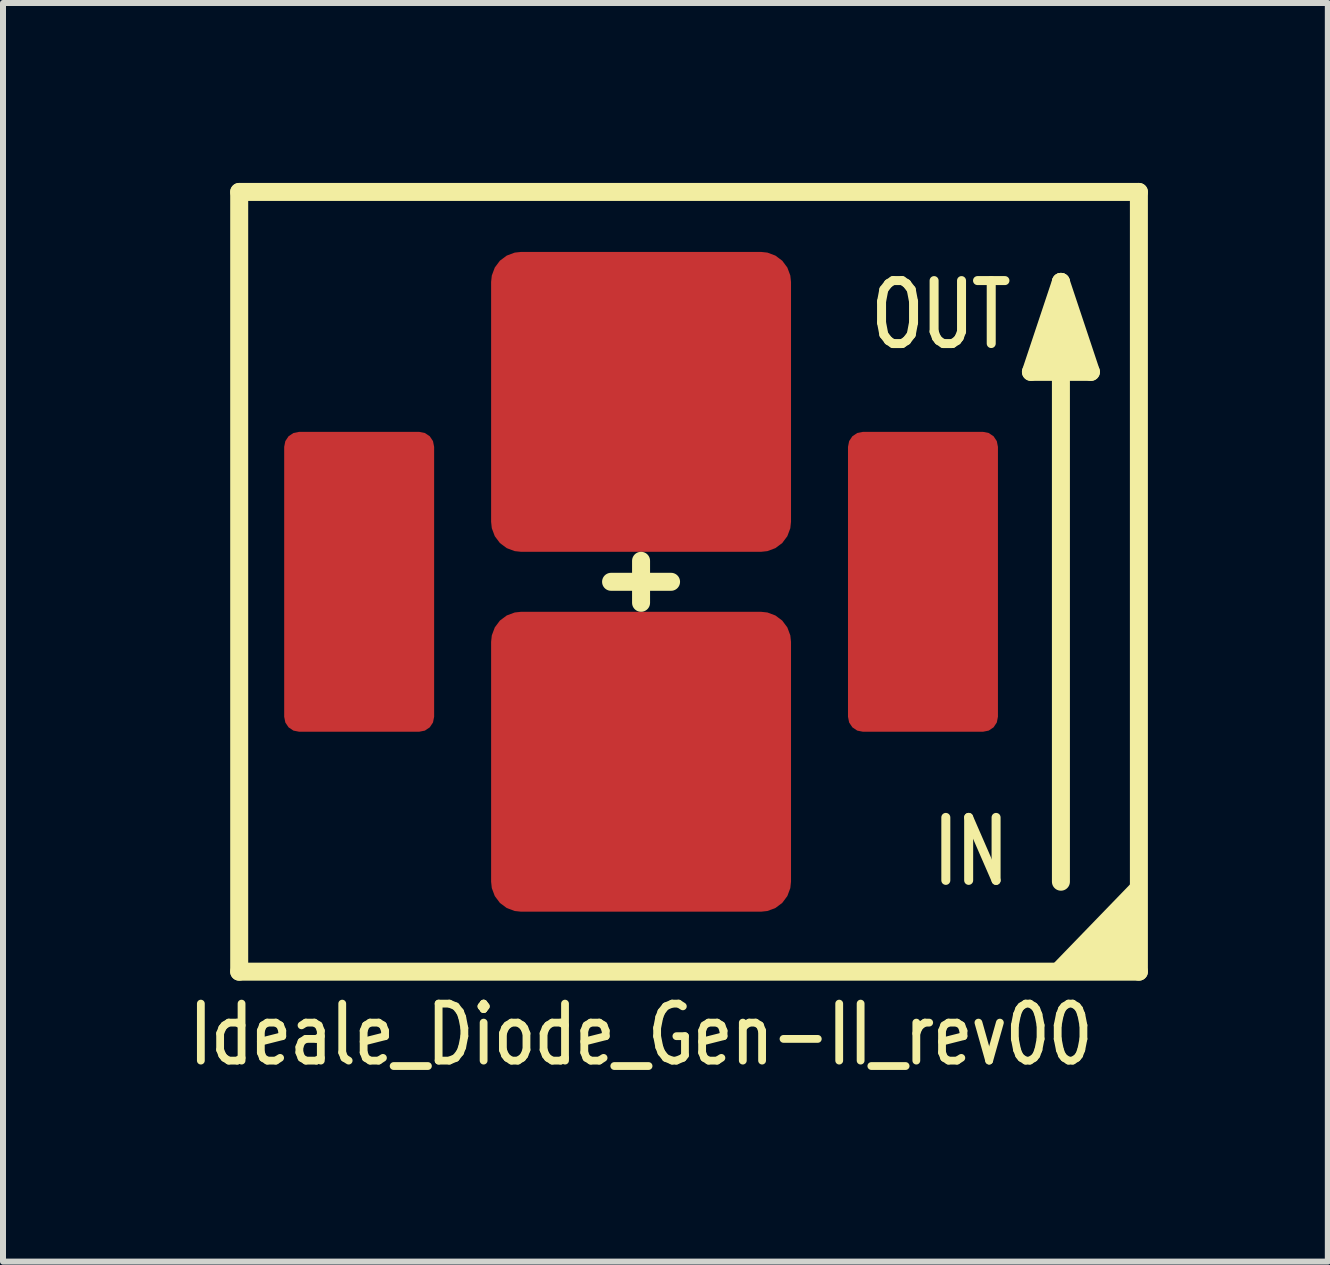
<source format=kicad_pcb>
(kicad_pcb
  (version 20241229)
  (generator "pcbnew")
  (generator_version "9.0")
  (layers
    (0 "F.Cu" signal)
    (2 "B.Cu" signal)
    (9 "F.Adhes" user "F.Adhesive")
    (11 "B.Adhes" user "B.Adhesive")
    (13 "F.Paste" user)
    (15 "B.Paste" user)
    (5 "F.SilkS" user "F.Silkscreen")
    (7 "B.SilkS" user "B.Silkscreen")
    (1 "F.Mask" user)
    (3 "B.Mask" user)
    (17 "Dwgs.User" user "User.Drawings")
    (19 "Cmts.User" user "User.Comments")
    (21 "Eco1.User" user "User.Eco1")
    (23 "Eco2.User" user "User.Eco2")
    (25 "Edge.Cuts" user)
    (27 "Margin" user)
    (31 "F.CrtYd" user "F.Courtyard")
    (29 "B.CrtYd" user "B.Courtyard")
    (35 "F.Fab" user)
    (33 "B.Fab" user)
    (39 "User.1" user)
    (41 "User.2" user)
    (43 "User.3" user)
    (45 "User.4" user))
  (footprint "Ideale_Diode_Gen-II_rev00"
    (layer "F.Cu")
    (at 7.638 6.65)
    (property "Reference" "Ideale_Diode_Gen-II_rev00" (at 0 7.55 0) (layer "F.SilkS") (effects (font (size 0.95 0.75) (thickness 0.13))))
    (attr smd)
    (fp_line (start -6.7 -6.5) (end -6.7 6.5) (stroke (width 0.3) (type solid)) (layer "F.SilkS"))
    (fp_line (start -6.7 -6.5) (end 8.3 -6.5) (stroke (width 0.3) (type solid)) (layer "F.SilkS"))
    (fp_line (start -6.7 6.5) (end 8.3 6.5) (stroke (width 0.3) (type solid)) (layer "F.SilkS"))
    (fp_line (start -0.5 0) (end 0.5 0) (stroke (width 0.3) (type solid)) (layer "F.SilkS"))
    (fp_line (start 0 -0.35) (end 0 0.35) (stroke (width 0.3) (type solid)) (layer "F.SilkS"))
    (fp_line (start 6.5 -3.5) (end 7.5 -3.5) (stroke (width 0.3) (type solid)) (layer "F.SilkS"))
    (fp_line (start 7 -5) (end 6.5 -3.5) (stroke (width 0.3) (type solid)) (layer "F.SilkS"))
    (fp_line (start 7 5) (end 7 -5) (stroke (width 0.3) (type solid)) (layer "F.SilkS"))
    (fp_line (start 7.5 -3.5) (end 7 -5) (stroke (width 0.3) (type solid)) (layer "F.SilkS"))
    (fp_line (start 8.3 6.5) (end 8.3 -6.5) (stroke (width 0.3) (type solid)) (layer "F.SilkS"))
    (fp_poly (pts (xy 7 -5.05) (xy 7.5 -3.5) (xy 6.45 -3.5)) (stroke (width 0.15) (type solid)) (fill yes) (layer "F.SilkS"))
    (fp_poly (pts (xy 8.3 6.5) (xy 8.3 5) (xy 6.8 6.55)) (stroke (width 0.15) (type solid)) (fill yes) (layer "F.SilkS"))
    (fp_text user "IN" (at 5.5 4.5 0) (layer "F.SilkS") (effects (font (size 1.05 0.8) (thickness 0.15))))
    (fp_text user "OUT" (at 5 -4.45 0) (layer "F.SilkS") (effects (font (size 1.05 0.8) (thickness 0.15))))
    (pad "1" smd roundrect (at 0 3) (size 5 5) (layers "F.Cu" "F.Mask" "F.Paste") (roundrect_rratio 0.1))
    (pad "2" smd roundrect (at 0 -3) (size 5 5) (layers "F.Cu" "F.Mask" "F.Paste") (roundrect_rratio 0.1))
    (pad "3" smd roundrect (at -4.7 0) (size 2.5 5) (layers "F.Cu" "F.Mask" "F.Paste") (roundrect_rratio 0.1))
    (pad "3" smd roundrect (at 4.7 0) (size 2.5 5) (layers "F.Cu" "F.Mask" "F.Paste") (roundrect_rratio 0.1)))
  (gr_rect
    (start -3 -3)
    (end 19.088 17.984)
    (stroke (width 0.1) (type default))
    (fill no)
    (layer "Edge.Cuts")))
</source>
